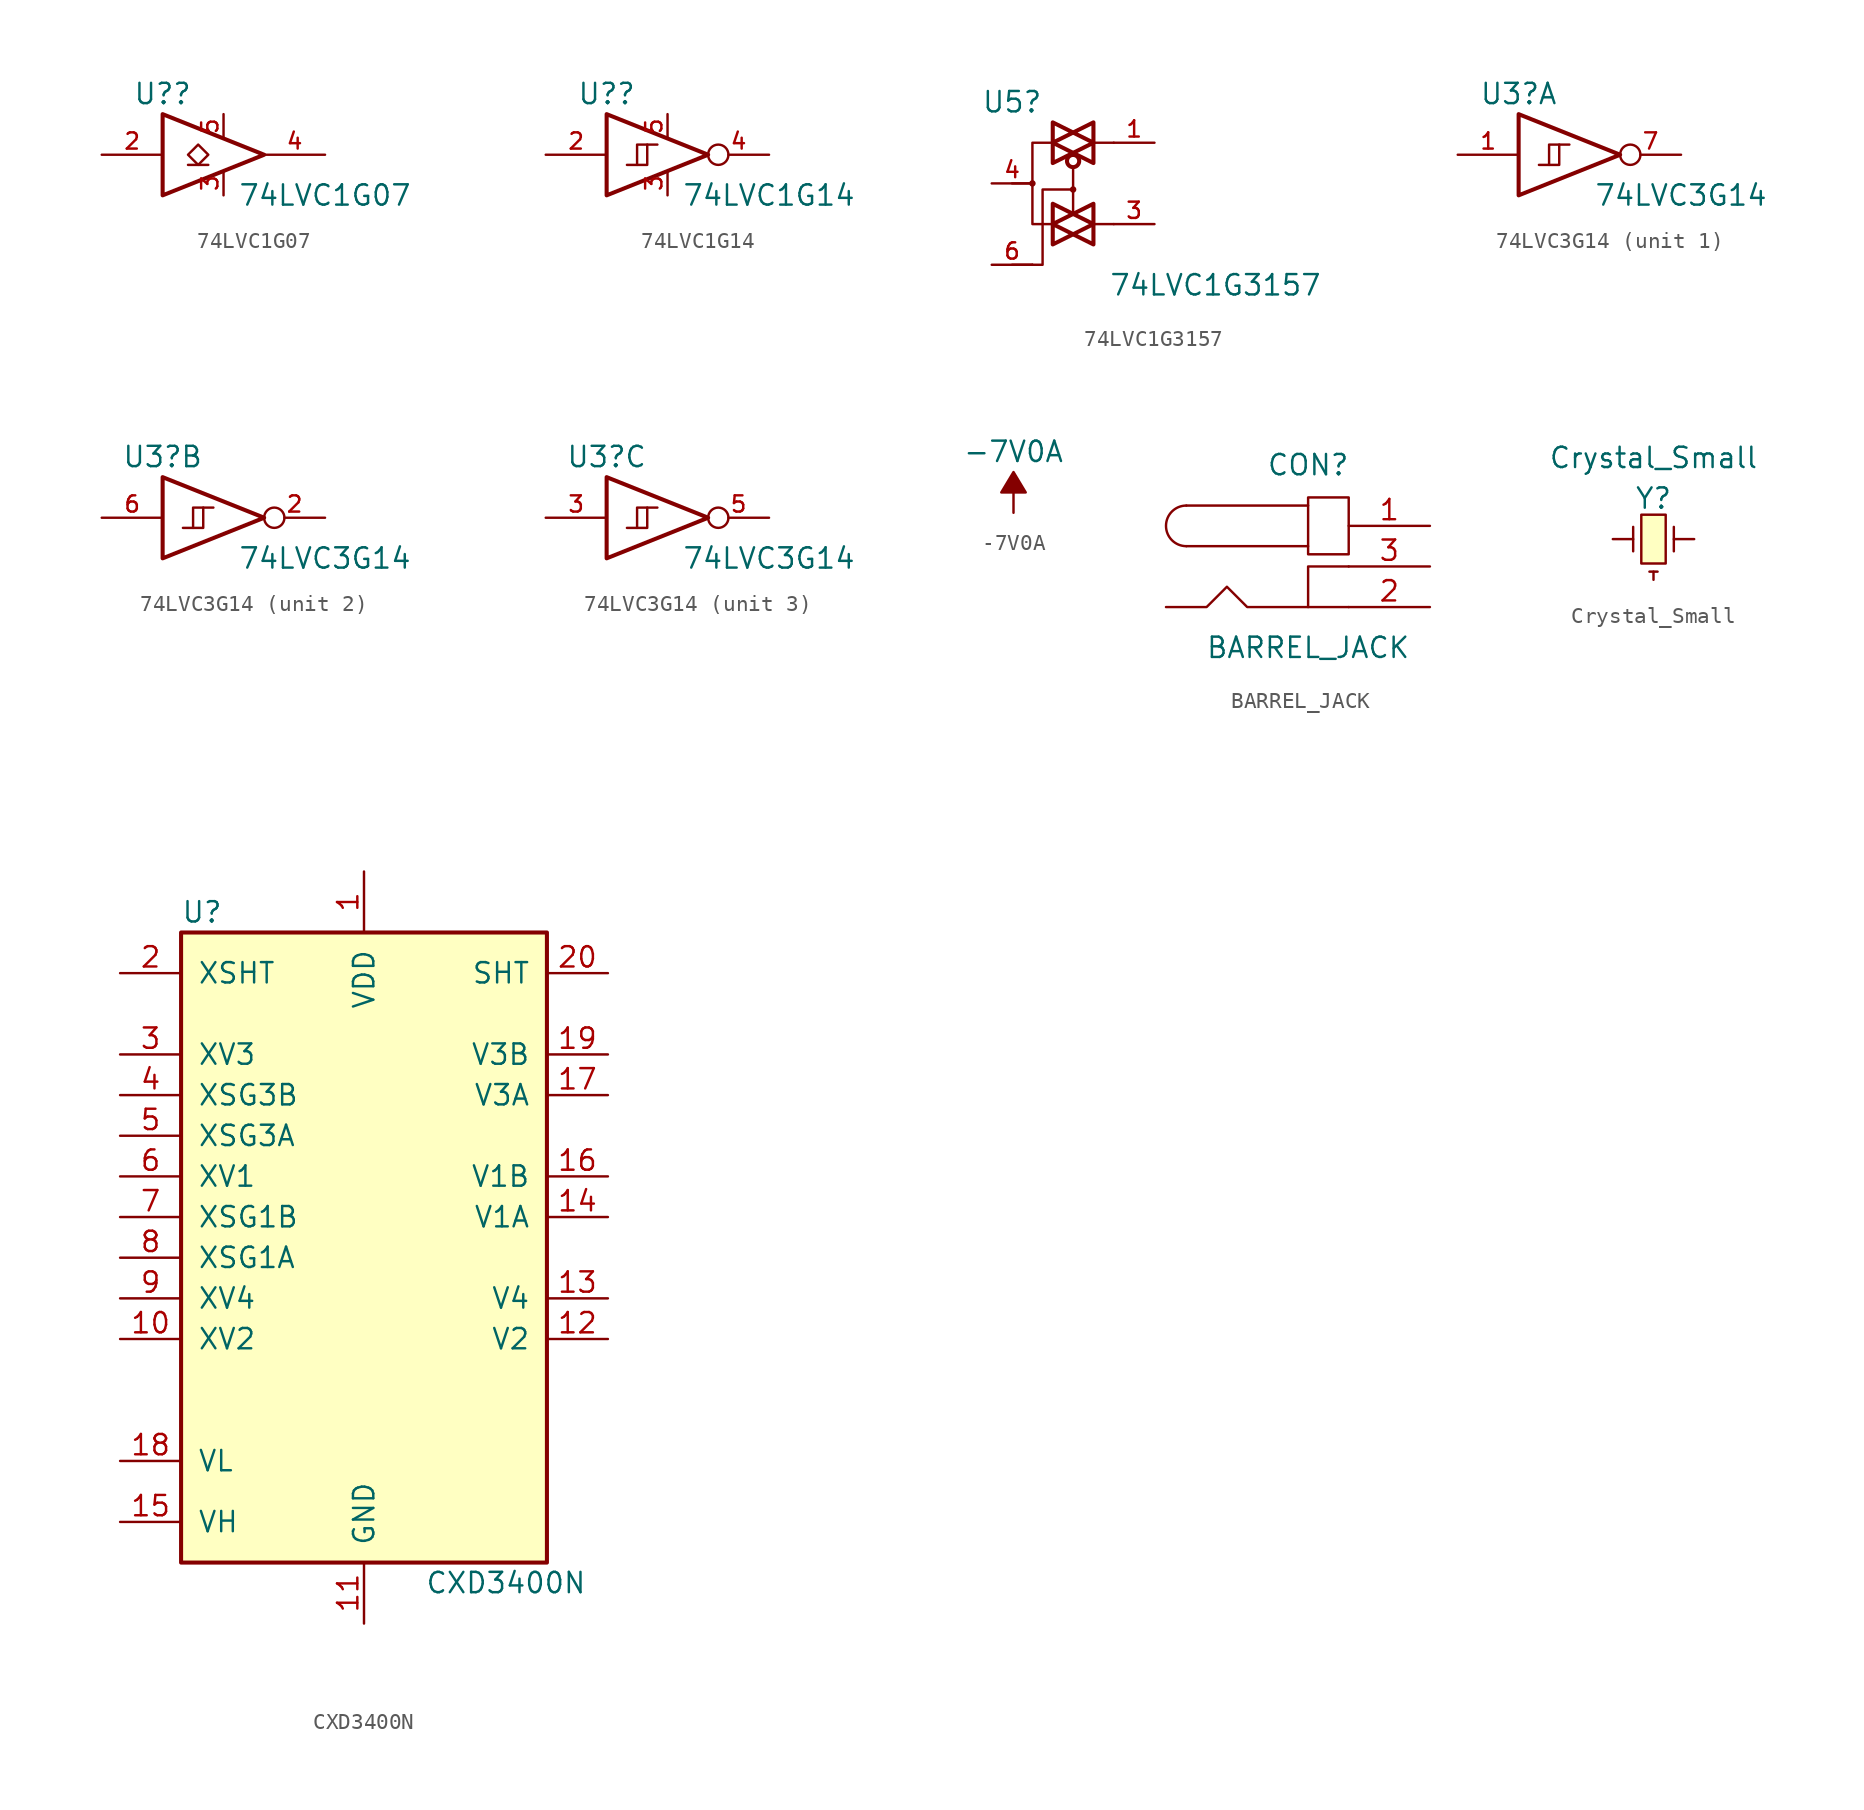
<source format=kicad_sym>
(kicad_symbol_lib
  (version 20231120)
  (generator "kicad_symbol_editor")
  (generator_version "8.0")
  (symbol "74LVC1G07"
    (pin_names
      (offset 1.016))
    (property "Reference" "U?"
      (at -3.81 3.81 0)
      (effects (font (size 1.27 1.27))))
    (property "Value" "74LVC1G07"
      (at 6.35 -2.54 0)
      (effects (font (size 1.27 1.27))))
    (symbol "74LVC1G07_0_1"
      (polyline (pts (xy -2.223 -0.635) (xy -0.953 -0.635)) (stroke (width 0) (type default)) (fill (type none)))
      (polyline (pts (xy -3.81 2.54) (xy -3.81 -2.54) (xy 2.54 0) (xy -3.81 2.54)) (stroke (width 0.254) (type default)) (fill (type none)))
      (polyline (pts (xy -1.587 -0.635) (xy -2.223 0) (xy -1.587 0.635) (xy -0.953 0) (xy -1.587 -0.635)) (stroke (width 0) (type default)) (fill (type none))))
    (symbol "74LVC1G07_1_1"
      (pin input line (at -7.62 0 0) (length 3.81) (name "" (effects (font (size 1.016 1.016)))) (number "2" (effects (font (size 1.016 1.016)))))
      (pin power_in line (at 0 -2.54 90) (length 1.524) (name "" (effects (font (size 1.016 1.016)))) (number "3" (effects (font (size 1.016 1.016)))))
      (pin output line (at 6.35 0 180) (length 3.81) (name "" (effects (font (size 1.016 1.016)))) (number "4" (effects (font (size 1.016 1.016)))))
      (pin power_in line (at 0 2.54 270) (length 1.524) (name "" (effects (font (size 1.016 1.016)))) (number "5" (effects (font (size 1.016 1.016)))))))
  (symbol "74LVC1G14"
    (pin_names
      (offset 1.016))
    (property "Reference" "U?"
      (at -3.81 3.81 0)
      (effects (font (size 1.27 1.27))))
    (property "Value" "74LVC1G14"
      (at 6.35 -2.54 0)
      (effects (font (size 1.27 1.27))))
    (symbol "74LVC1G14_0_1"
      (polyline (pts (xy -1.905 -0.635) (xy -1.27 -0.635) (xy -1.27 0.635)) (stroke (width 0) (type default)) (fill (type none)))
      (polyline (pts (xy -3.81 2.54) (xy -3.81 -2.54) (xy 2.54 0) (xy -3.81 2.54)) (stroke (width 0.254) (type default)) (fill (type none)))
      (polyline (pts (xy -2.54 -0.635) (xy -1.905 -0.635) (xy -1.905 0.635) (xy -0.635 0.635)) (stroke (width 0) (type default)) (fill (type none))))
    (symbol "74LVC1G14_1_1"
      (pin input line (at -7.62 0 0) (length 3.81) (name "" (effects (font (size 1.016 1.016)))) (number "2" (effects (font (size 1.016 1.016)))))
      (pin power_in line (at 0 -2.54 90) (length 1.524) (name "" (effects (font (size 1.016 1.016)))) (number "3" (effects (font (size 1.016 1.016)))))
      (pin output inverted (at 6.35 0 180) (length 3.81) (name "" (effects (font (size 1.016 1.016)))) (number "4" (effects (font (size 1.016 1.016)))))
      (pin power_in line (at 0 2.54 270) (length 1.524) (name "" (effects (font (size 1.016 1.016)))) (number "5" (effects (font (size 1.016 1.016)))))))
  (symbol "74LVC1G3157"
    (pin_names
      (offset 1.016))
    (property "Reference" "U5"
      (at -3.81 5.08 0)
      (effects (font (size 1.27 1.27))))
    (property "Value" "74LVC1G3157"
      (at 8.89 -6.35 0)
      (effects (font (size 1.27 1.27))))
    (symbol "74LVC1G3157_0_1"
      (circle (center -2.54 0) (radius 0.127) (stroke (width 0) (type default)) (fill (type none)))
      (circle (center 0 -0.381) (radius 0.127) (stroke (width 0) (type default)) (fill (type none)))
      (polyline (pts (xy -3.81 -5.08) (xy -2.54 -5.08)) (stroke (width 0) (type default)) (fill (type none)))
      (polyline (pts (xy -3.81 0) (xy -2.54 0)) (stroke (width 0) (type default)) (fill (type none)))
      (polyline (pts (xy 2.54 -2.54) (xy 1.27 -2.54)) (stroke (width 0) (type default)) (fill (type none)))
      (polyline (pts (xy 2.54 2.54) (xy 1.27 2.54)) (stroke (width 0) (type default)) (fill (type none)))
      (polyline (pts (xy 0 1.016) (xy 0 0) (xy 0 -1.905)) (stroke (width 0) (type default)) (fill (type none)))
      (polyline (pts (xy -1.27 -2.54) (xy 0 -3.175) (xy -1.27 -3.81) (xy -1.27 -2.54)) (stroke (width 0.254) (type default)) (fill (type none)))
      (polyline (pts (xy -1.27 -1.27) (xy -1.27 -2.54) (xy 0 -1.905) (xy -1.27 -1.27)) (stroke (width 0.254) (type default)) (fill (type none)))
      (polyline (pts (xy -1.27 2.54) (xy 0 1.905) (xy -1.27 1.27) (xy -1.27 2.54)) (stroke (width 0.254) (type default)) (fill (type none)))
      (polyline (pts (xy -1.27 3.81) (xy 0 3.175) (xy -1.27 2.54) (xy -1.27 3.81)) (stroke (width 0.254) (type default)) (fill (type none)))
      (polyline (pts (xy 0 -0.381) (xy -1.905 -0.381) (xy -1.905 -5.08) (xy -2.54 -5.08)) (stroke (width 0) (type default)) (fill (type none)))
      (polyline (pts (xy 1.27 -2.54) (xy 0 -3.175) (xy 1.27 -3.81) (xy 1.27 -2.54)) (stroke (width 0.254) (type default)) (fill (type none)))
      (polyline (pts (xy 1.27 -1.27) (xy 1.27 -2.54) (xy 0 -1.905) (xy 1.27 -1.27)) (stroke (width 0.254) (type default)) (fill (type none)))
      (polyline (pts (xy 1.27 2.54) (xy 1.27 1.27) (xy 0 1.905) (xy 1.27 2.54)) (stroke (width 0.254) (type default)) (fill (type none)))
      (polyline (pts (xy 1.27 2.54) (xy 1.27 3.81) (xy 0 3.175) (xy 1.27 2.54)) (stroke (width 0.254) (type default)) (fill (type none)))
      (polyline (pts (xy -1.27 2.54) (xy -2.54 2.54) (xy -2.54 0) (xy -2.54 -2.54) (xy -1.27 -2.54)) (stroke (width 0) (type default)) (fill (type none)))
      (circle (center 0 1.397) (radius 0.381) (stroke (width 0.254) (type default)) (fill (type none)))
      (pin power_in line (at 0 -5.08 270) (length 0) hide (name "GND" (effects (font (size 1.016 1.016)))) (number "2" (effects (font (size 1.016 1.016)))))
      (pin power_in line (at 0 5.08 90) (length 0) hide (name "VCC" (effects (font (size 1.016 1.016)))) (number "5" (effects (font (size 1.016 1.016))))))
    (symbol "74LVC1G3157_1_1"
      (pin bidirectional line (at 5.08 2.54 180) (length 2.54) (name "~" (effects (font (size 1.016 1.016)))) (number "1" (effects (font (size 1.016 1.016)))))
      (pin bidirectional line (at 5.08 -2.54 180) (length 2.54) (name "~" (effects (font (size 1.016 1.016)))) (number "3" (effects (font (size 1.016 1.016)))))
      (pin bidirectional line (at -5.08 0 0) (length 2.54) (name "~" (effects (font (size 1.016 1.016)))) (number "4" (effects (font (size 1.016 1.016)))))
      (pin input line (at -5.08 -5.08 0) (length 2.54) (name "~" (effects (font (size 1.016 1.016)))) (number "6" (effects (font (size 1.016 1.016)))))))
  (symbol "74LVC3G14"
    (pin_names
      (offset 1.016))
    (property "Reference" "U3"
      (at -3.81 3.81 0)
      (effects (font (size 1.27 1.27))))
    (property "Value" "74LVC3G14"
      (at 6.35 -2.54 0)
      (effects (font (size 1.27 1.27))))
    (symbol "74LVC3G14_0_1"
      (polyline (pts (xy -1.905 -0.635) (xy -1.27 -0.635) (xy -1.27 0.635)) (stroke (width 0) (type default)) (fill (type none)))
      (polyline (pts (xy -3.81 2.54) (xy -3.81 -2.54) (xy 2.54 0) (xy -3.81 2.54)) (stroke (width 0.254) (type default)) (fill (type none)))
      (polyline (pts (xy -2.54 -0.635) (xy -1.905 -0.635) (xy -1.905 0.635) (xy -0.635 0.635)) (stroke (width 0) (type default)) (fill (type none)))
      (pin power_in line (at 0 -2.54 270) (length 0) hide (name "GND" (effects (font (size 1.016 1.016)))) (number "4" (effects (font (size 1.016 1.016)))))
      (pin power_in line (at 0 2.54 90) (length 0) hide (name "VCC" (effects (font (size 1.016 1.016)))) (number "8" (effects (font (size 1.016 1.016))))))
    (symbol "74LVC3G14_1_1"
      (pin input line (at -7.62 0 0) (length 3.81) (name "~" (effects (font (size 1.016 1.016)))) (number "1" (effects (font (size 1.016 1.016)))))
      (pin output inverted (at 6.35 0 180) (length 3.81) (name "~" (effects (font (size 1.016 1.016)))) (number "7" (effects (font (size 1.016 1.016))))))
    (symbol "74LVC3G14_2_1"
      (pin output inverted (at 6.35 0 180) (length 3.81) (name "~" (effects (font (size 1.016 1.016)))) (number "2" (effects (font (size 1.016 1.016)))))
      (pin input line (at -7.62 0 0) (length 3.81) (name "~" (effects (font (size 1.016 1.016)))) (number "6" (effects (font (size 1.016 1.016))))))
    (symbol "74LVC3G14_3_1"
      (pin input line (at -7.62 0 0) (length 3.81) (name "~" (effects (font (size 1.016 1.016)))) (number "3" (effects (font (size 1.016 1.016)))))
      (pin output inverted (at 6.35 0 180) (length 3.81) (name "~" (effects (font (size 1.016 1.016)))) (number "5" (effects (font (size 1.016 1.016)))))))
  (symbol "-7V0A"
    (power)
    (pin_names
      (offset 0))
    (property "Reference" "#PWR"
      (at 0 2.54 0)
      (effects (font (size 1.27 1.27)) (hide yes)))
    (property "Value" "-7V0A"
      (at 0 3.81 0)
      (effects (font (size 1.27 1.27))))
    (symbol "-7V0A_0_0"
      (pin power_in line (at 0 0 90) (length 0) hide (name "-7V0A" (effects (font (size 1.27 1.27)))) (number "1" (effects (font (size 1.27 1.27))))))
    (symbol "-7V0A_0_1"
      (polyline (pts (xy 0 0) (xy 0 1.27) (xy 0.762 1.27) (xy 0 2.54) (xy -0.762 1.27) (xy 0 1.27)) (stroke (width 0) (type default)) (fill (type outline)))))
  (symbol "BARREL_JACK"
    (pin_names
      (offset 1.016))
    (property "Reference" "CON"
      (at 0 6.35 0)
      (effects (font (size 1.27 1.27))))
    (property "Value" "BARREL_JACK"
      (at 0 -5.08 0)
      (effects (font (size 1.27 1.27))))
    (property "Footprint" ""
      (at 0 0 0)
      (effects (font (size 1.27 1.27))))
    (property "Datasheet" ""
      (at 0 0 0)
      (effects (font (size 1.27 1.27))))
    (symbol "BARREL_JACK_0_1"
      (arc (start -7.62 3.81) (mid -8.8845 2.54) (end -7.62 1.27) (stroke (width 0) (type default)) (fill (type none)))
      (polyline (pts (xy -7.62 1.27) (xy 0 1.27)) (stroke (width 0) (type default)) (fill (type none)))
      (polyline (pts (xy 0 3.81) (xy -7.62 3.81)) (stroke (width 0) (type default)) (fill (type none)))
      (polyline (pts (xy 2.54 0) (xy 0 0) (xy 0 -2.54)) (stroke (width 0) (type default)) (fill (type none)))
      (polyline (pts (xy 2.54 -2.54) (xy -3.81 -2.54) (xy -5.08 -1.27) (xy -6.35 -2.54) (xy -8.89 -2.54)) (stroke (width 0) (type default)) (fill (type none)))
      (rectangle (start 0 4.318) (end 2.54 0.762) (stroke (width 0) (type default)) (fill (type none))))
    (symbol "BARREL_JACK_1_1"
      (pin passive line (at 7.62 2.54 180) (length 5.08) (name "~" (effects (font (size 1.27 1.27)))) (number "1" (effects (font (size 1.27 1.27)))))
      (pin passive line (at 7.62 -2.54 180) (length 5.08) (name "~" (effects (font (size 1.27 1.27)))) (number "2" (effects (font (size 1.27 1.27)))))
      (pin input line (at 7.62 0 180) (length 5.08) (name "~" (effects (font (size 1.27 1.27)))) (number "3" (effects (font (size 1.27 1.27)))))))
  (symbol "Crystal_Small"
    (pin_numbers hide)
    (pin_names
      (offset 1.016) hide)
    (property "Reference" "Y"
      (at 0 2.54 0)
      (effects (font (size 1.27 1.27))))
    (property "Value" "Crystal_Small"
      (at 0 5.08 0)
      (effects (font (size 1.27 1.27))))
    (property "Footprint" ""
      (at 0 0 0)
      (effects (font (size 1.27 1.27))))
    (property "Datasheet" ""
      (at 0 0 0)
      (effects (font (size 1.27 1.27))))
    (symbol "Crystal_Small_0_1"
      (rectangle (start -0.762 -1.524) (end 0.762 1.524) (stroke (width 0) (type default)) (fill (type background)))
      (polyline (pts (xy -1.27 -0.762) (xy -1.27 0.762)) (stroke (width 0) (type default)) (fill (type none)))
      (polyline (pts (xy -0.254 -2.032) (xy 0.254 -2.032)) (stroke (width 0) (type default)) (fill (type none)))
      (polyline (pts (xy 1.27 -0.762) (xy 1.27 0.762)) (stroke (width 0) (type default)) (fill (type none))))
    (symbol "Crystal_Small_1_1"
      (pin passive line (at -2.54 0 0) (length 1.27) (name "1" (effects (font (size 1.016 1.016)))) (number "1" (effects (font (size 1.016 1.016)))))
      (pin passive line (at 0 -2.54 90) (length 0.508) (name "2" (effects (font (size 1.016 1.016)))) (number "2" (effects (font (size 1.016 1.016)))))
      (pin passive line (at 2.54 0 180) (length 1.27) (name "3" (effects (font (size 1.016 1.016)))) (number "3" (effects (font (size 1.016 1.016)))))
      (pin passive line (at 0 -2.54 90) (length 0.508) hide (name "2" (effects (font (size 1.016 1.016)))) (number "4" (effects (font (size 1.016 1.016)))))))
  (symbol "CXD3400N"
    (pin_names
      (offset 1.016))
    (property "Reference" "U"
      (at -11.43 21.59 0)
      (effects (font (size 1.27 1.27)) (justify left)))
    (property "Value" "CXD3400N"
      (at 3.81 -20.32 0)
      (effects (font (size 1.27 1.27)) (justify left)))
    (property "Footprint" ""
      (at 0 0 0)
      (effects (font (size 1.524 1.524))))
    (property "Datasheet" ""
      (at 0 0 0)
      (effects (font (size 1.524 1.524))))
    (symbol "CXD3400N_0_1"
      (rectangle (start 11.43 -19.05) (end -11.43 20.32) (stroke (width 0.254) (type default)) (fill (type background))))
    (symbol "CXD3400N_1_1"
      (pin power_in line (at 0 24.13 270) (length 3.81) (name "VDD" (effects (font (size 1.27 1.27)))) (number "1" (effects (font (size 1.27 1.27)))))
      (pin input line (at -15.24 -5.08 0) (length 3.81) (name "XV2" (effects (font (size 1.27 1.27)))) (number "10" (effects (font (size 1.27 1.27)))))
      (pin power_in line (at 0 -22.86 90) (length 3.81) (name "GND" (effects (font (size 1.27 1.27)))) (number "11" (effects (font (size 1.27 1.27)))))
      (pin output line (at 15.24 -5.08 180) (length 3.81) (name "V2" (effects (font (size 1.27 1.27)))) (number "12" (effects (font (size 1.27 1.27)))))
      (pin output line (at 15.24 -2.54 180) (length 3.81) (name "V4" (effects (font (size 1.27 1.27)))) (number "13" (effects (font (size 1.27 1.27)))))
      (pin output line (at 15.24 2.54 180) (length 3.81) (name "V1A" (effects (font (size 1.27 1.27)))) (number "14" (effects (font (size 1.27 1.27)))))
      (pin power_in line (at -15.24 -16.51 0) (length 3.81) (name "VH" (effects (font (size 1.27 1.27)))) (number "15" (effects (font (size 1.27 1.27)))))
      (pin output line (at 15.24 5.08 180) (length 3.81) (name "V1B" (effects (font (size 1.27 1.27)))) (number "16" (effects (font (size 1.27 1.27)))))
      (pin output line (at 15.24 10.16 180) (length 3.81) (name "V3A" (effects (font (size 1.27 1.27)))) (number "17" (effects (font (size 1.27 1.27)))))
      (pin power_in line (at -15.24 -12.7 0) (length 3.81) (name "VL" (effects (font (size 1.27 1.27)))) (number "18" (effects (font (size 1.27 1.27)))))
      (pin output line (at 15.24 12.7 180) (length 3.81) (name "V3B" (effects (font (size 1.27 1.27)))) (number "19" (effects (font (size 1.27 1.27)))))
      (pin input line (at -15.24 17.78 0) (length 3.81) (name "XSHT" (effects (font (size 1.27 1.27)))) (number "2" (effects (font (size 1.27 1.27)))))
      (pin output line (at 15.24 17.78 180) (length 3.81) (name "SHT" (effects (font (size 1.27 1.27)))) (number "20" (effects (font (size 1.27 1.27)))))
      (pin input line (at -15.24 12.7 0) (length 3.81) (name "XV3" (effects (font (size 1.27 1.27)))) (number "3" (effects (font (size 1.27 1.27)))))
      (pin input line (at -15.24 10.16 0) (length 3.81) (name "XSG3B" (effects (font (size 1.27 1.27)))) (number "4" (effects (font (size 1.27 1.27)))))
      (pin input line (at -15.24 7.62 0) (length 3.81) (name "XSG3A" (effects (font (size 1.27 1.27)))) (number "5" (effects (font (size 1.27 1.27)))))
      (pin input line (at -15.24 5.08 0) (length 3.81) (name "XV1" (effects (font (size 1.27 1.27)))) (number "6" (effects (font (size 1.27 1.27)))))
      (pin input line (at -15.24 2.54 0) (length 3.81) (name "XSG1B" (effects (font (size 1.27 1.27)))) (number "7" (effects (font (size 1.27 1.27)))))
      (pin input line (at -15.24 0 0) (length 3.81) (name "XSG1A" (effects (font (size 1.27 1.27)))) (number "8" (effects (font (size 1.27 1.27)))))
      (pin input line (at -15.24 -2.54 0) (length 3.81) (name "XV4" (effects (font (size 1.27 1.27)))) (number "9" (effects (font (size 1.27 1.27))))))))
</source>
